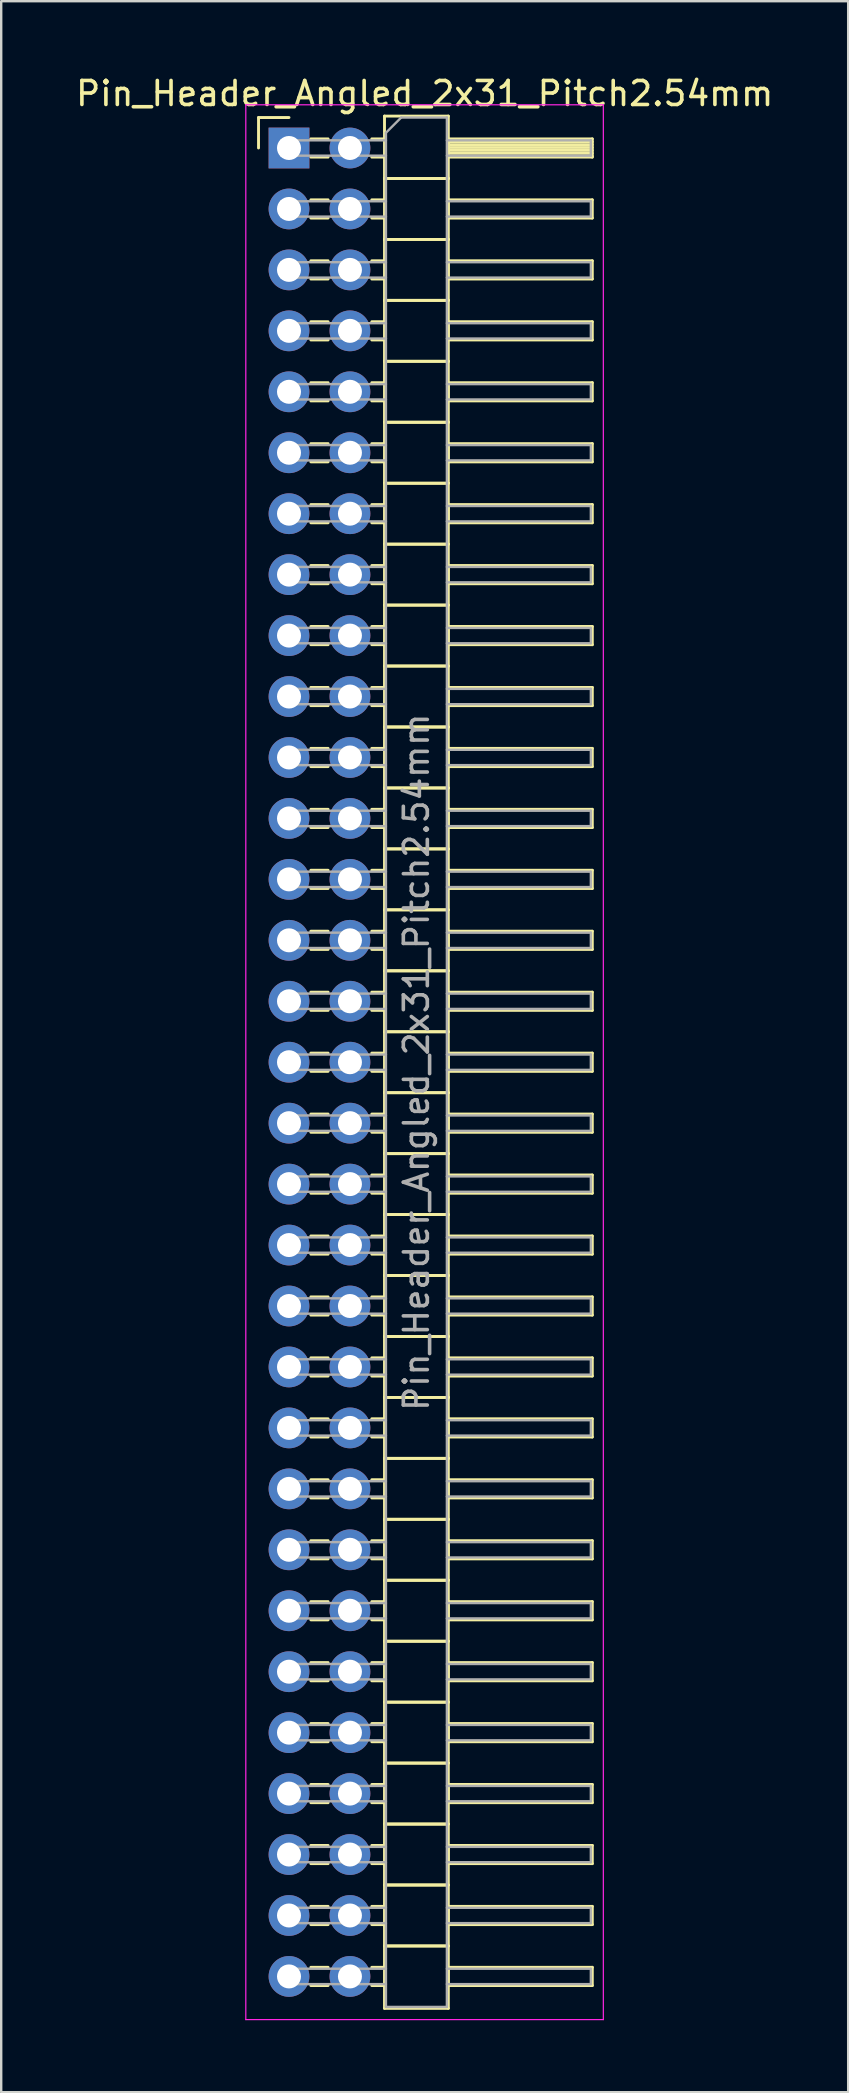
<source format=kicad_pcb>
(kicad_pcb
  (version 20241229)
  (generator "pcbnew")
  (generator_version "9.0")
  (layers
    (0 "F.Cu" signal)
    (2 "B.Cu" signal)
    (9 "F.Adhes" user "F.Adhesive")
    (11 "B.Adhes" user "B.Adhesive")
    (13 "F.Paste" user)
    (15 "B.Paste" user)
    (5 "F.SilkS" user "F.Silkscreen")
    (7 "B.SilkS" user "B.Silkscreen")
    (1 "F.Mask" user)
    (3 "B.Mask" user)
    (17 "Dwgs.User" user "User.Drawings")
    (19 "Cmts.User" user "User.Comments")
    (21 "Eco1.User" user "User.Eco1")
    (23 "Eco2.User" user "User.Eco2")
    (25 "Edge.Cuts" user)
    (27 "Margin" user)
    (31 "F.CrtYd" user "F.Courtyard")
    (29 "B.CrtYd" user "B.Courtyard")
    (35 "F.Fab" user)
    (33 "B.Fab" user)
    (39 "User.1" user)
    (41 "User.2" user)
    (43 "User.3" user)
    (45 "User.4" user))
  (footprint "Pin_Header_Angled_2x31_Pitch2.54mm"
    (layer "F.Cu")
    (at 8.994 3.118)
    (property "Reference" "Pin_Header_Angled_2x31_Pitch2.54mm" (at 5.655 -2.27 0) (layer "F.SilkS") (effects (font (size 1 1) (thickness 0.15))))
    (attr through_hole)
    (fp_line (start -1.27 -1.27) (end 0 -1.27) (stroke (width 0.12) (type solid)) (layer "F.SilkS"))
    (fp_line (start -1.27 0) (end -1.27 -1.27) (stroke (width 0.12) (type solid)) (layer "F.SilkS"))
    (fp_line (start 0.91 -0.38) (end 1.63 -0.38) (stroke (width 0.12) (type solid)) (layer "F.SilkS"))
    (fp_line (start 0.91 0.38) (end 1.63 0.38) (stroke (width 0.12) (type solid)) (layer "F.SilkS"))
    (fp_line (start 0.91 2.16) (end 1.63 2.16) (stroke (width 0.12) (type solid)) (layer "F.SilkS"))
    (fp_line (start 0.91 2.92) (end 1.63 2.92) (stroke (width 0.12) (type solid)) (layer "F.SilkS"))
    (fp_line (start 0.91 4.7) (end 1.63 4.7) (stroke (width 0.12) (type solid)) (layer "F.SilkS"))
    (fp_line (start 0.91 5.46) (end 1.63 5.46) (stroke (width 0.12) (type solid)) (layer "F.SilkS"))
    (fp_line (start 0.91 7.24) (end 1.63 7.24) (stroke (width 0.12) (type solid)) (layer "F.SilkS"))
    (fp_line (start 0.91 8) (end 1.63 8) (stroke (width 0.12) (type solid)) (layer "F.SilkS"))
    (fp_line (start 0.91 9.78) (end 1.63 9.78) (stroke (width 0.12) (type solid)) (layer "F.SilkS"))
    (fp_line (start 0.91 10.54) (end 1.63 10.54) (stroke (width 0.12) (type solid)) (layer "F.SilkS"))
    (fp_line (start 0.91 12.32) (end 1.63 12.32) (stroke (width 0.12) (type solid)) (layer "F.SilkS"))
    (fp_line (start 0.91 13.08) (end 1.63 13.08) (stroke (width 0.12) (type solid)) (layer "F.SilkS"))
    (fp_line (start 0.91 14.86) (end 1.63 14.86) (stroke (width 0.12) (type solid)) (layer "F.SilkS"))
    (fp_line (start 0.91 15.62) (end 1.63 15.62) (stroke (width 0.12) (type solid)) (layer "F.SilkS"))
    (fp_line (start 0.91 17.4) (end 1.63 17.4) (stroke (width 0.12) (type solid)) (layer "F.SilkS"))
    (fp_line (start 0.91 18.16) (end 1.63 18.16) (stroke (width 0.12) (type solid)) (layer "F.SilkS"))
    (fp_line (start 0.91 19.94) (end 1.63 19.94) (stroke (width 0.12) (type solid)) (layer "F.SilkS"))
    (fp_line (start 0.91 20.7) (end 1.63 20.7) (stroke (width 0.12) (type solid)) (layer "F.SilkS"))
    (fp_line (start 0.91 22.48) (end 1.63 22.48) (stroke (width 0.12) (type solid)) (layer "F.SilkS"))
    (fp_line (start 0.91 23.24) (end 1.63 23.24) (stroke (width 0.12) (type solid)) (layer "F.SilkS"))
    (fp_line (start 0.91 25.02) (end 1.63 25.02) (stroke (width 0.12) (type solid)) (layer "F.SilkS"))
    (fp_line (start 0.91 25.78) (end 1.63 25.78) (stroke (width 0.12) (type solid)) (layer "F.SilkS"))
    (fp_line (start 0.91 27.56) (end 1.63 27.56) (stroke (width 0.12) (type solid)) (layer "F.SilkS"))
    (fp_line (start 0.91 28.32) (end 1.63 28.32) (stroke (width 0.12) (type solid)) (layer "F.SilkS"))
    (fp_line (start 0.91 30.1) (end 1.63 30.1) (stroke (width 0.12) (type solid)) (layer "F.SilkS"))
    (fp_line (start 0.91 30.86) (end 1.63 30.86) (stroke (width 0.12) (type solid)) (layer "F.SilkS"))
    (fp_line (start 0.91 32.64) (end 1.63 32.64) (stroke (width 0.12) (type solid)) (layer "F.SilkS"))
    (fp_line (start 0.91 33.4) (end 1.63 33.4) (stroke (width 0.12) (type solid)) (layer "F.SilkS"))
    (fp_line (start 0.91 35.18) (end 1.63 35.18) (stroke (width 0.12) (type solid)) (layer "F.SilkS"))
    (fp_line (start 0.91 35.94) (end 1.63 35.94) (stroke (width 0.12) (type solid)) (layer "F.SilkS"))
    (fp_line (start 0.91 37.72) (end 1.63 37.72) (stroke (width 0.12) (type solid)) (layer "F.SilkS"))
    (fp_line (start 0.91 38.48) (end 1.63 38.48) (stroke (width 0.12) (type solid)) (layer "F.SilkS"))
    (fp_line (start 0.91 40.26) (end 1.63 40.26) (stroke (width 0.12) (type solid)) (layer "F.SilkS"))
    (fp_line (start 0.91 41.02) (end 1.63 41.02) (stroke (width 0.12) (type solid)) (layer "F.SilkS"))
    (fp_line (start 0.91 42.8) (end 1.63 42.8) (stroke (width 0.12) (type solid)) (layer "F.SilkS"))
    (fp_line (start 0.91 43.56) (end 1.63 43.56) (stroke (width 0.12) (type solid)) (layer "F.SilkS"))
    (fp_line (start 0.91 45.34) (end 1.63 45.34) (stroke (width 0.12) (type solid)) (layer "F.SilkS"))
    (fp_line (start 0.91 46.1) (end 1.63 46.1) (stroke (width 0.12) (type solid)) (layer "F.SilkS"))
    (fp_line (start 0.91 47.88) (end 1.63 47.88) (stroke (width 0.12) (type solid)) (layer "F.SilkS"))
    (fp_line (start 0.91 48.64) (end 1.63 48.64) (stroke (width 0.12) (type solid)) (layer "F.SilkS"))
    (fp_line (start 0.91 50.42) (end 1.63 50.42) (stroke (width 0.12) (type solid)) (layer "F.SilkS"))
    (fp_line (start 0.91 51.18) (end 1.63 51.18) (stroke (width 0.12) (type solid)) (layer "F.SilkS"))
    (fp_line (start 0.91 52.96) (end 1.63 52.96) (stroke (width 0.12) (type solid)) (layer "F.SilkS"))
    (fp_line (start 0.91 53.72) (end 1.63 53.72) (stroke (width 0.12) (type solid)) (layer "F.SilkS"))
    (fp_line (start 0.91 55.5) (end 1.63 55.5) (stroke (width 0.12) (type solid)) (layer "F.SilkS"))
    (fp_line (start 0.91 56.26) (end 1.63 56.26) (stroke (width 0.12) (type solid)) (layer "F.SilkS"))
    (fp_line (start 0.91 58.04) (end 1.63 58.04) (stroke (width 0.12) (type solid)) (layer "F.SilkS"))
    (fp_line (start 0.91 58.8) (end 1.63 58.8) (stroke (width 0.12) (type solid)) (layer "F.SilkS"))
    (fp_line (start 0.91 60.58) (end 1.63 60.58) (stroke (width 0.12) (type solid)) (layer "F.SilkS"))
    (fp_line (start 0.91 61.34) (end 1.63 61.34) (stroke (width 0.12) (type solid)) (layer "F.SilkS"))
    (fp_line (start 0.91 63.12) (end 1.63 63.12) (stroke (width 0.12) (type solid)) (layer "F.SilkS"))
    (fp_line (start 0.91 63.88) (end 1.63 63.88) (stroke (width 0.12) (type solid)) (layer "F.SilkS"))
    (fp_line (start 0.91 65.66) (end 1.63 65.66) (stroke (width 0.12) (type solid)) (layer "F.SilkS"))
    (fp_line (start 0.91 66.42) (end 1.63 66.42) (stroke (width 0.12) (type solid)) (layer "F.SilkS"))
    (fp_line (start 0.91 68.2) (end 1.63 68.2) (stroke (width 0.12) (type solid)) (layer "F.SilkS"))
    (fp_line (start 0.91 68.96) (end 1.63 68.96) (stroke (width 0.12) (type solid)) (layer "F.SilkS"))
    (fp_line (start 0.91 70.74) (end 1.63 70.74) (stroke (width 0.12) (type solid)) (layer "F.SilkS"))
    (fp_line (start 0.91 71.5) (end 1.63 71.5) (stroke (width 0.12) (type solid)) (layer "F.SilkS"))
    (fp_line (start 0.91 73.28) (end 1.63 73.28) (stroke (width 0.12) (type solid)) (layer "F.SilkS"))
    (fp_line (start 0.91 74.04) (end 1.63 74.04) (stroke (width 0.12) (type solid)) (layer "F.SilkS"))
    (fp_line (start 0.91 75.82) (end 1.63 75.82) (stroke (width 0.12) (type solid)) (layer "F.SilkS"))
    (fp_line (start 0.91 76.58) (end 1.63 76.58) (stroke (width 0.12) (type solid)) (layer "F.SilkS"))
    (fp_line (start 3.45 -0.38) (end 3.98 -0.38) (stroke (width 0.12) (type solid)) (layer "F.SilkS"))
    (fp_line (start 3.45 0.38) (end 3.98 0.38) (stroke (width 0.12) (type solid)) (layer "F.SilkS"))
    (fp_line (start 3.45 2.16) (end 3.98 2.16) (stroke (width 0.12) (type solid)) (layer "F.SilkS"))
    (fp_line (start 3.45 2.92) (end 3.98 2.92) (stroke (width 0.12) (type solid)) (layer "F.SilkS"))
    (fp_line (start 3.45 4.7) (end 3.98 4.7) (stroke (width 0.12) (type solid)) (layer "F.SilkS"))
    (fp_line (start 3.45 5.46) (end 3.98 5.46) (stroke (width 0.12) (type solid)) (layer "F.SilkS"))
    (fp_line (start 3.45 7.24) (end 3.98 7.24) (stroke (width 0.12) (type solid)) (layer "F.SilkS"))
    (fp_line (start 3.45 8) (end 3.98 8) (stroke (width 0.12) (type solid)) (layer "F.SilkS"))
    (fp_line (start 3.45 9.78) (end 3.98 9.78) (stroke (width 0.12) (type solid)) (layer "F.SilkS"))
    (fp_line (start 3.45 10.54) (end 3.98 10.54) (stroke (width 0.12) (type solid)) (layer "F.SilkS"))
    (fp_line (start 3.45 12.32) (end 3.98 12.32) (stroke (width 0.12) (type solid)) (layer "F.SilkS"))
    (fp_line (start 3.45 13.08) (end 3.98 13.08) (stroke (width 0.12) (type solid)) (layer "F.SilkS"))
    (fp_line (start 3.45 14.86) (end 3.98 14.86) (stroke (width 0.12) (type solid)) (layer "F.SilkS"))
    (fp_line (start 3.45 15.62) (end 3.98 15.62) (stroke (width 0.12) (type solid)) (layer "F.SilkS"))
    (fp_line (start 3.45 17.4) (end 3.98 17.4) (stroke (width 0.12) (type solid)) (layer "F.SilkS"))
    (fp_line (start 3.45 18.16) (end 3.98 18.16) (stroke (width 0.12) (type solid)) (layer "F.SilkS"))
    (fp_line (start 3.45 19.94) (end 3.98 19.94) (stroke (width 0.12) (type solid)) (layer "F.SilkS"))
    (fp_line (start 3.45 20.7) (end 3.98 20.7) (stroke (width 0.12) (type solid)) (layer "F.SilkS"))
    (fp_line (start 3.45 22.48) (end 3.98 22.48) (stroke (width 0.12) (type solid)) (layer "F.SilkS"))
    (fp_line (start 3.45 23.24) (end 3.98 23.24) (stroke (width 0.12) (type solid)) (layer "F.SilkS"))
    (fp_line (start 3.45 25.02) (end 3.98 25.02) (stroke (width 0.12) (type solid)) (layer "F.SilkS"))
    (fp_line (start 3.45 25.78) (end 3.98 25.78) (stroke (width 0.12) (type solid)) (layer "F.SilkS"))
    (fp_line (start 3.45 27.56) (end 3.98 27.56) (stroke (width 0.12) (type solid)) (layer "F.SilkS"))
    (fp_line (start 3.45 28.32) (end 3.98 28.32) (stroke (width 0.12) (type solid)) (layer "F.SilkS"))
    (fp_line (start 3.45 30.1) (end 3.98 30.1) (stroke (width 0.12) (type solid)) (layer "F.SilkS"))
    (fp_line (start 3.45 30.86) (end 3.98 30.86) (stroke (width 0.12) (type solid)) (layer "F.SilkS"))
    (fp_line (start 3.45 32.64) (end 3.98 32.64) (stroke (width 0.12) (type solid)) (layer "F.SilkS"))
    (fp_line (start 3.45 33.4) (end 3.98 33.4) (stroke (width 0.12) (type solid)) (layer "F.SilkS"))
    (fp_line (start 3.45 35.18) (end 3.98 35.18) (stroke (width 0.12) (type solid)) (layer "F.SilkS"))
    (fp_line (start 3.45 35.94) (end 3.98 35.94) (stroke (width 0.12) (type solid)) (layer "F.SilkS"))
    (fp_line (start 3.45 37.72) (end 3.98 37.72) (stroke (width 0.12) (type solid)) (layer "F.SilkS"))
    (fp_line (start 3.45 38.48) (end 3.98 38.48) (stroke (width 0.12) (type solid)) (layer "F.SilkS"))
    (fp_line (start 3.45 40.26) (end 3.98 40.26) (stroke (width 0.12) (type solid)) (layer "F.SilkS"))
    (fp_line (start 3.45 41.02) (end 3.98 41.02) (stroke (width 0.12) (type solid)) (layer "F.SilkS"))
    (fp_line (start 3.45 42.8) (end 3.98 42.8) (stroke (width 0.12) (type solid)) (layer "F.SilkS"))
    (fp_line (start 3.45 43.56) (end 3.98 43.56) (stroke (width 0.12) (type solid)) (layer "F.SilkS"))
    (fp_line (start 3.45 45.34) (end 3.98 45.34) (stroke (width 0.12) (type solid)) (layer "F.SilkS"))
    (fp_line (start 3.45 46.1) (end 3.98 46.1) (stroke (width 0.12) (type solid)) (layer "F.SilkS"))
    (fp_line (start 3.45 47.88) (end 3.98 47.88) (stroke (width 0.12) (type solid)) (layer "F.SilkS"))
    (fp_line (start 3.45 48.64) (end 3.98 48.64) (stroke (width 0.12) (type solid)) (layer "F.SilkS"))
    (fp_line (start 3.45 50.42) (end 3.98 50.42) (stroke (width 0.12) (type solid)) (layer "F.SilkS"))
    (fp_line (start 3.45 51.18) (end 3.98 51.18) (stroke (width 0.12) (type solid)) (layer "F.SilkS"))
    (fp_line (start 3.45 52.96) (end 3.98 52.96) (stroke (width 0.12) (type solid)) (layer "F.SilkS"))
    (fp_line (start 3.45 53.72) (end 3.98 53.72) (stroke (width 0.12) (type solid)) (layer "F.SilkS"))
    (fp_line (start 3.45 55.5) (end 3.98 55.5) (stroke (width 0.12) (type solid)) (layer "F.SilkS"))
    (fp_line (start 3.45 56.26) (end 3.98 56.26) (stroke (width 0.12) (type solid)) (layer "F.SilkS"))
    (fp_line (start 3.45 58.04) (end 3.98 58.04) (stroke (width 0.12) (type solid)) (layer "F.SilkS"))
    (fp_line (start 3.45 58.8) (end 3.98 58.8) (stroke (width 0.12) (type solid)) (layer "F.SilkS"))
    (fp_line (start 3.45 60.58) (end 3.98 60.58) (stroke (width 0.12) (type solid)) (layer "F.SilkS"))
    (fp_line (start 3.45 61.34) (end 3.98 61.34) (stroke (width 0.12) (type solid)) (layer "F.SilkS"))
    (fp_line (start 3.45 63.12) (end 3.98 63.12) (stroke (width 0.12) (type solid)) (layer "F.SilkS"))
    (fp_line (start 3.45 63.88) (end 3.98 63.88) (stroke (width 0.12) (type solid)) (layer "F.SilkS"))
    (fp_line (start 3.45 65.66) (end 3.98 65.66) (stroke (width 0.12) (type solid)) (layer "F.SilkS"))
    (fp_line (start 3.45 66.42) (end 3.98 66.42) (stroke (width 0.12) (type solid)) (layer "F.SilkS"))
    (fp_line (start 3.45 68.2) (end 3.98 68.2) (stroke (width 0.12) (type solid)) (layer "F.SilkS"))
    (fp_line (start 3.45 68.96) (end 3.98 68.96) (stroke (width 0.12) (type solid)) (layer "F.SilkS"))
    (fp_line (start 3.45 70.74) (end 3.98 70.74) (stroke (width 0.12) (type solid)) (layer "F.SilkS"))
    (fp_line (start 3.45 71.5) (end 3.98 71.5) (stroke (width 0.12) (type solid)) (layer "F.SilkS"))
    (fp_line (start 3.45 73.28) (end 3.98 73.28) (stroke (width 0.12) (type solid)) (layer "F.SilkS"))
    (fp_line (start 3.45 74.04) (end 3.98 74.04) (stroke (width 0.12) (type solid)) (layer "F.SilkS"))
    (fp_line (start 3.45 75.82) (end 3.98 75.82) (stroke (width 0.12) (type solid)) (layer "F.SilkS"))
    (fp_line (start 3.45 76.58) (end 3.98 76.58) (stroke (width 0.12) (type solid)) (layer "F.SilkS"))
    (fp_line (start 3.98 -1.33) (end 3.98 1.27) (stroke (width 0.12) (type solid)) (layer "F.SilkS"))
    (fp_line (start 3.98 1.27) (end 3.98 3.81) (stroke (width 0.12) (type solid)) (layer "F.SilkS"))
    (fp_line (start 3.98 1.27) (end 6.64 1.27) (stroke (width 0.12) (type solid)) (layer "F.SilkS"))
    (fp_line (start 3.98 3.81) (end 3.98 6.35) (stroke (width 0.12) (type solid)) (layer "F.SilkS"))
    (fp_line (start 3.98 3.81) (end 6.64 3.81) (stroke (width 0.12) (type solid)) (layer "F.SilkS"))
    (fp_line (start 3.98 6.35) (end 3.98 8.89) (stroke (width 0.12) (type solid)) (layer "F.SilkS"))
    (fp_line (start 3.98 6.35) (end 6.64 6.35) (stroke (width 0.12) (type solid)) (layer "F.SilkS"))
    (fp_line (start 3.98 8.89) (end 3.98 11.43) (stroke (width 0.12) (type solid)) (layer "F.SilkS"))
    (fp_line (start 3.98 8.89) (end 6.64 8.89) (stroke (width 0.12) (type solid)) (layer "F.SilkS"))
    (fp_line (start 3.98 11.43) (end 3.98 13.97) (stroke (width 0.12) (type solid)) (layer "F.SilkS"))
    (fp_line (start 3.98 11.43) (end 6.64 11.43) (stroke (width 0.12) (type solid)) (layer "F.SilkS"))
    (fp_line (start 3.98 13.97) (end 3.98 16.51) (stroke (width 0.12) (type solid)) (layer "F.SilkS"))
    (fp_line (start 3.98 13.97) (end 6.64 13.97) (stroke (width 0.12) (type solid)) (layer "F.SilkS"))
    (fp_line (start 3.98 16.51) (end 3.98 19.05) (stroke (width 0.12) (type solid)) (layer "F.SilkS"))
    (fp_line (start 3.98 16.51) (end 6.64 16.51) (stroke (width 0.12) (type solid)) (layer "F.SilkS"))
    (fp_line (start 3.98 19.05) (end 3.98 21.59) (stroke (width 0.12) (type solid)) (layer "F.SilkS"))
    (fp_line (start 3.98 19.05) (end 6.64 19.05) (stroke (width 0.12) (type solid)) (layer "F.SilkS"))
    (fp_line (start 3.98 21.59) (end 3.98 24.13) (stroke (width 0.12) (type solid)) (layer "F.SilkS"))
    (fp_line (start 3.98 21.59) (end 6.64 21.59) (stroke (width 0.12) (type solid)) (layer "F.SilkS"))
    (fp_line (start 3.98 24.13) (end 3.98 26.67) (stroke (width 0.12) (type solid)) (layer "F.SilkS"))
    (fp_line (start 3.98 24.13) (end 6.64 24.13) (stroke (width 0.12) (type solid)) (layer "F.SilkS"))
    (fp_line (start 3.98 26.67) (end 3.98 29.21) (stroke (width 0.12) (type solid)) (layer "F.SilkS"))
    (fp_line (start 3.98 26.67) (end 6.64 26.67) (stroke (width 0.12) (type solid)) (layer "F.SilkS"))
    (fp_line (start 3.98 29.21) (end 3.98 31.75) (stroke (width 0.12) (type solid)) (layer "F.SilkS"))
    (fp_line (start 3.98 29.21) (end 6.64 29.21) (stroke (width 0.12) (type solid)) (layer "F.SilkS"))
    (fp_line (start 3.98 31.75) (end 3.98 34.29) (stroke (width 0.12) (type solid)) (layer "F.SilkS"))
    (fp_line (start 3.98 31.75) (end 6.64 31.75) (stroke (width 0.12) (type solid)) (layer "F.SilkS"))
    (fp_line (start 3.98 34.29) (end 3.98 36.83) (stroke (width 0.12) (type solid)) (layer "F.SilkS"))
    (fp_line (start 3.98 34.29) (end 6.64 34.29) (stroke (width 0.12) (type solid)) (layer "F.SilkS"))
    (fp_line (start 3.98 36.83) (end 3.98 39.37) (stroke (width 0.12) (type solid)) (layer "F.SilkS"))
    (fp_line (start 3.98 36.83) (end 6.64 36.83) (stroke (width 0.12) (type solid)) (layer "F.SilkS"))
    (fp_line (start 3.98 39.37) (end 3.98 41.91) (stroke (width 0.12) (type solid)) (layer "F.SilkS"))
    (fp_line (start 3.98 39.37) (end 6.64 39.37) (stroke (width 0.12) (type solid)) (layer "F.SilkS"))
    (fp_line (start 3.98 41.91) (end 3.98 44.45) (stroke (width 0.12) (type solid)) (layer "F.SilkS"))
    (fp_line (start 3.98 41.91) (end 6.64 41.91) (stroke (width 0.12) (type solid)) (layer "F.SilkS"))
    (fp_line (start 3.98 44.45) (end 3.98 46.99) (stroke (width 0.12) (type solid)) (layer "F.SilkS"))
    (fp_line (start 3.98 44.45) (end 6.64 44.45) (stroke (width 0.12) (type solid)) (layer "F.SilkS"))
    (fp_line (start 3.98 46.99) (end 3.98 49.53) (stroke (width 0.12) (type solid)) (layer "F.SilkS"))
    (fp_line (start 3.98 46.99) (end 6.64 46.99) (stroke (width 0.12) (type solid)) (layer "F.SilkS"))
    (fp_line (start 3.98 49.53) (end 3.98 52.07) (stroke (width 0.12) (type solid)) (layer "F.SilkS"))
    (fp_line (start 3.98 49.53) (end 6.64 49.53) (stroke (width 0.12) (type solid)) (layer "F.SilkS"))
    (fp_line (start 3.98 52.07) (end 3.98 54.61) (stroke (width 0.12) (type solid)) (layer "F.SilkS"))
    (fp_line (start 3.98 52.07) (end 6.64 52.07) (stroke (width 0.12) (type solid)) (layer "F.SilkS"))
    (fp_line (start 3.98 54.61) (end 3.98 57.15) (stroke (width 0.12) (type solid)) (layer "F.SilkS"))
    (fp_line (start 3.98 54.61) (end 6.64 54.61) (stroke (width 0.12) (type solid)) (layer "F.SilkS"))
    (fp_line (start 3.98 57.15) (end 3.98 59.69) (stroke (width 0.12) (type solid)) (layer "F.SilkS"))
    (fp_line (start 3.98 57.15) (end 6.64 57.15) (stroke (width 0.12) (type solid)) (layer "F.SilkS"))
    (fp_line (start 3.98 59.69) (end 3.98 62.23) (stroke (width 0.12) (type solid)) (layer "F.SilkS"))
    (fp_line (start 3.98 59.69) (end 6.64 59.69) (stroke (width 0.12) (type solid)) (layer "F.SilkS"))
    (fp_line (start 3.98 62.23) (end 3.98 64.77) (stroke (width 0.12) (type solid)) (layer "F.SilkS"))
    (fp_line (start 3.98 62.23) (end 6.64 62.23) (stroke (width 0.12) (type solid)) (layer "F.SilkS"))
    (fp_line (start 3.98 64.77) (end 3.98 67.31) (stroke (width 0.12) (type solid)) (layer "F.SilkS"))
    (fp_line (start 3.98 64.77) (end 6.64 64.77) (stroke (width 0.12) (type solid)) (layer "F.SilkS"))
    (fp_line (start 3.98 67.31) (end 3.98 69.85) (stroke (width 0.12) (type solid)) (layer "F.SilkS"))
    (fp_line (start 3.98 67.31) (end 6.64 67.31) (stroke (width 0.12) (type solid)) (layer "F.SilkS"))
    (fp_line (start 3.98 69.85) (end 3.98 72.39) (stroke (width 0.12) (type solid)) (layer "F.SilkS"))
    (fp_line (start 3.98 69.85) (end 6.64 69.85) (stroke (width 0.12) (type solid)) (layer "F.SilkS"))
    (fp_line (start 3.98 72.39) (end 3.98 74.93) (stroke (width 0.12) (type solid)) (layer "F.SilkS"))
    (fp_line (start 3.98 72.39) (end 6.64 72.39) (stroke (width 0.12) (type solid)) (layer "F.SilkS"))
    (fp_line (start 3.98 74.93) (end 3.98 77.53) (stroke (width 0.12) (type solid)) (layer "F.SilkS"))
    (fp_line (start 3.98 74.93) (end 6.64 74.93) (stroke (width 0.12) (type solid)) (layer "F.SilkS"))
    (fp_line (start 3.98 77.53) (end 6.64 77.53) (stroke (width 0.12) (type solid)) (layer "F.SilkS"))
    (fp_line (start 6.64 -1.33) (end 3.98 -1.33) (stroke (width 0.12) (type solid)) (layer "F.SilkS"))
    (fp_line (start 6.64 -0.38) (end 6.64 0.38) (stroke (width 0.12) (type solid)) (layer "F.SilkS"))
    (fp_line (start 6.64 -0.26) (end 12.64 -0.26) (stroke (width 0.12) (type solid)) (layer "F.SilkS"))
    (fp_line (start 6.64 -0.14) (end 12.64 -0.14) (stroke (width 0.12) (type solid)) (layer "F.SilkS"))
    (fp_line (start 6.64 -0.02) (end 12.64 -0.02) (stroke (width 0.12) (type solid)) (layer "F.SilkS"))
    (fp_line (start 6.64 0.1) (end 12.64 0.1) (stroke (width 0.12) (type solid)) (layer "F.SilkS"))
    (fp_line (start 6.64 0.22) (end 12.64 0.22) (stroke (width 0.12) (type solid)) (layer "F.SilkS"))
    (fp_line (start 6.64 0.34) (end 12.64 0.34) (stroke (width 0.12) (type solid)) (layer "F.SilkS"))
    (fp_line (start 6.64 0.38) (end 12.64 0.38) (stroke (width 0.12) (type solid)) (layer "F.SilkS"))
    (fp_line (start 6.64 1.27) (end 3.98 1.27) (stroke (width 0.12) (type solid)) (layer "F.SilkS"))
    (fp_line (start 6.64 1.27) (end 6.64 -1.33) (stroke (width 0.12) (type solid)) (layer "F.SilkS"))
    (fp_line (start 6.64 2.16) (end 6.64 2.92) (stroke (width 0.12) (type solid)) (layer "F.SilkS"))
    (fp_line (start 6.64 2.92) (end 12.64 2.92) (stroke (width 0.12) (type solid)) (layer "F.SilkS"))
    (fp_line (start 6.64 3.81) (end 3.98 3.81) (stroke (width 0.12) (type solid)) (layer "F.SilkS"))
    (fp_line (start 6.64 3.81) (end 6.64 1.27) (stroke (width 0.12) (type solid)) (layer "F.SilkS"))
    (fp_line (start 6.64 4.7) (end 6.64 5.46) (stroke (width 0.12) (type solid)) (layer "F.SilkS"))
    (fp_line (start 6.64 5.46) (end 12.64 5.46) (stroke (width 0.12) (type solid)) (layer "F.SilkS"))
    (fp_line (start 6.64 6.35) (end 3.98 6.35) (stroke (width 0.12) (type solid)) (layer "F.SilkS"))
    (fp_line (start 6.64 6.35) (end 6.64 3.81) (stroke (width 0.12) (type solid)) (layer "F.SilkS"))
    (fp_line (start 6.64 7.24) (end 6.64 8) (stroke (width 0.12) (type solid)) (layer "F.SilkS"))
    (fp_line (start 6.64 8) (end 12.64 8) (stroke (width 0.12) (type solid)) (layer "F.SilkS"))
    (fp_line (start 6.64 8.89) (end 3.98 8.89) (stroke (width 0.12) (type solid)) (layer "F.SilkS"))
    (fp_line (start 6.64 8.89) (end 6.64 6.35) (stroke (width 0.12) (type solid)) (layer "F.SilkS"))
    (fp_line (start 6.64 9.78) (end 6.64 10.54) (stroke (width 0.12) (type solid)) (layer "F.SilkS"))
    (fp_line (start 6.64 10.54) (end 12.64 10.54) (stroke (width 0.12) (type solid)) (layer "F.SilkS"))
    (fp_line (start 6.64 11.43) (end 3.98 11.43) (stroke (width 0.12) (type solid)) (layer "F.SilkS"))
    (fp_line (start 6.64 11.43) (end 6.64 8.89) (stroke (width 0.12) (type solid)) (layer "F.SilkS"))
    (fp_line (start 6.64 12.32) (end 6.64 13.08) (stroke (width 0.12) (type solid)) (layer "F.SilkS"))
    (fp_line (start 6.64 13.08) (end 12.64 13.08) (stroke (width 0.12) (type solid)) (layer "F.SilkS"))
    (fp_line (start 6.64 13.97) (end 3.98 13.97) (stroke (width 0.12) (type solid)) (layer "F.SilkS"))
    (fp_line (start 6.64 13.97) (end 6.64 11.43) (stroke (width 0.12) (type solid)) (layer "F.SilkS"))
    (fp_line (start 6.64 14.86) (end 6.64 15.62) (stroke (width 0.12) (type solid)) (layer "F.SilkS"))
    (fp_line (start 6.64 15.62) (end 12.64 15.62) (stroke (width 0.12) (type solid)) (layer "F.SilkS"))
    (fp_line (start 6.64 16.51) (end 3.98 16.51) (stroke (width 0.12) (type solid)) (layer "F.SilkS"))
    (fp_line (start 6.64 16.51) (end 6.64 13.97) (stroke (width 0.12) (type solid)) (layer "F.SilkS"))
    (fp_line (start 6.64 17.4) (end 6.64 18.16) (stroke (width 0.12) (type solid)) (layer "F.SilkS"))
    (fp_line (start 6.64 18.16) (end 12.64 18.16) (stroke (width 0.12) (type solid)) (layer "F.SilkS"))
    (fp_line (start 6.64 19.05) (end 3.98 19.05) (stroke (width 0.12) (type solid)) (layer "F.SilkS"))
    (fp_line (start 6.64 19.05) (end 6.64 16.51) (stroke (width 0.12) (type solid)) (layer "F.SilkS"))
    (fp_line (start 6.64 19.94) (end 6.64 20.7) (stroke (width 0.12) (type solid)) (layer "F.SilkS"))
    (fp_line (start 6.64 20.7) (end 12.64 20.7) (stroke (width 0.12) (type solid)) (layer "F.SilkS"))
    (fp_line (start 6.64 21.59) (end 3.98 21.59) (stroke (width 0.12) (type solid)) (layer "F.SilkS"))
    (fp_line (start 6.64 21.59) (end 6.64 19.05) (stroke (width 0.12) (type solid)) (layer "F.SilkS"))
    (fp_line (start 6.64 22.48) (end 6.64 23.24) (stroke (width 0.12) (type solid)) (layer "F.SilkS"))
    (fp_line (start 6.64 23.24) (end 12.64 23.24) (stroke (width 0.12) (type solid)) (layer "F.SilkS"))
    (fp_line (start 6.64 24.13) (end 3.98 24.13) (stroke (width 0.12) (type solid)) (layer "F.SilkS"))
    (fp_line (start 6.64 24.13) (end 6.64 21.59) (stroke (width 0.12) (type solid)) (layer "F.SilkS"))
    (fp_line (start 6.64 25.02) (end 6.64 25.78) (stroke (width 0.12) (type solid)) (layer "F.SilkS"))
    (fp_line (start 6.64 25.78) (end 12.64 25.78) (stroke (width 0.12) (type solid)) (layer "F.SilkS"))
    (fp_line (start 6.64 26.67) (end 3.98 26.67) (stroke (width 0.12) (type solid)) (layer "F.SilkS"))
    (fp_line (start 6.64 26.67) (end 6.64 24.13) (stroke (width 0.12) (type solid)) (layer "F.SilkS"))
    (fp_line (start 6.64 27.56) (end 6.64 28.32) (stroke (width 0.12) (type solid)) (layer "F.SilkS"))
    (fp_line (start 6.64 28.32) (end 12.64 28.32) (stroke (width 0.12) (type solid)) (layer "F.SilkS"))
    (fp_line (start 6.64 29.21) (end 3.98 29.21) (stroke (width 0.12) (type solid)) (layer "F.SilkS"))
    (fp_line (start 6.64 29.21) (end 6.64 26.67) (stroke (width 0.12) (type solid)) (layer "F.SilkS"))
    (fp_line (start 6.64 30.1) (end 6.64 30.86) (stroke (width 0.12) (type solid)) (layer "F.SilkS"))
    (fp_line (start 6.64 30.86) (end 12.64 30.86) (stroke (width 0.12) (type solid)) (layer "F.SilkS"))
    (fp_line (start 6.64 31.75) (end 3.98 31.75) (stroke (width 0.12) (type solid)) (layer "F.SilkS"))
    (fp_line (start 6.64 31.75) (end 6.64 29.21) (stroke (width 0.12) (type solid)) (layer "F.SilkS"))
    (fp_line (start 6.64 32.64) (end 6.64 33.4) (stroke (width 0.12) (type solid)) (layer "F.SilkS"))
    (fp_line (start 6.64 33.4) (end 12.64 33.4) (stroke (width 0.12) (type solid)) (layer "F.SilkS"))
    (fp_line (start 6.64 34.29) (end 3.98 34.29) (stroke (width 0.12) (type solid)) (layer "F.SilkS"))
    (fp_line (start 6.64 34.29) (end 6.64 31.75) (stroke (width 0.12) (type solid)) (layer "F.SilkS"))
    (fp_line (start 6.64 35.18) (end 6.64 35.94) (stroke (width 0.12) (type solid)) (layer "F.SilkS"))
    (fp_line (start 6.64 35.94) (end 12.64 35.94) (stroke (width 0.12) (type solid)) (layer "F.SilkS"))
    (fp_line (start 6.64 36.83) (end 3.98 36.83) (stroke (width 0.12) (type solid)) (layer "F.SilkS"))
    (fp_line (start 6.64 36.83) (end 6.64 34.29) (stroke (width 0.12) (type solid)) (layer "F.SilkS"))
    (fp_line (start 6.64 37.72) (end 6.64 38.48) (stroke (width 0.12) (type solid)) (layer "F.SilkS"))
    (fp_line (start 6.64 38.48) (end 12.64 38.48) (stroke (width 0.12) (type solid)) (layer "F.SilkS"))
    (fp_line (start 6.64 39.37) (end 3.98 39.37) (stroke (width 0.12) (type solid)) (layer "F.SilkS"))
    (fp_line (start 6.64 39.37) (end 6.64 36.83) (stroke (width 0.12) (type solid)) (layer "F.SilkS"))
    (fp_line (start 6.64 40.26) (end 6.64 41.02) (stroke (width 0.12) (type solid)) (layer "F.SilkS"))
    (fp_line (start 6.64 41.02) (end 12.64 41.02) (stroke (width 0.12) (type solid)) (layer "F.SilkS"))
    (fp_line (start 6.64 41.91) (end 3.98 41.91) (stroke (width 0.12) (type solid)) (layer "F.SilkS"))
    (fp_line (start 6.64 41.91) (end 6.64 39.37) (stroke (width 0.12) (type solid)) (layer "F.SilkS"))
    (fp_line (start 6.64 42.8) (end 6.64 43.56) (stroke (width 0.12) (type solid)) (layer "F.SilkS"))
    (fp_line (start 6.64 43.56) (end 12.64 43.56) (stroke (width 0.12) (type solid)) (layer "F.SilkS"))
    (fp_line (start 6.64 44.45) (end 3.98 44.45) (stroke (width 0.12) (type solid)) (layer "F.SilkS"))
    (fp_line (start 6.64 44.45) (end 6.64 41.91) (stroke (width 0.12) (type solid)) (layer "F.SilkS"))
    (fp_line (start 6.64 45.34) (end 6.64 46.1) (stroke (width 0.12) (type solid)) (layer "F.SilkS"))
    (fp_line (start 6.64 46.1) (end 12.64 46.1) (stroke (width 0.12) (type solid)) (layer "F.SilkS"))
    (fp_line (start 6.64 46.99) (end 3.98 46.99) (stroke (width 0.12) (type solid)) (layer "F.SilkS"))
    (fp_line (start 6.64 46.99) (end 6.64 44.45) (stroke (width 0.12) (type solid)) (layer "F.SilkS"))
    (fp_line (start 6.64 47.88) (end 6.64 48.64) (stroke (width 0.12) (type solid)) (layer "F.SilkS"))
    (fp_line (start 6.64 48.64) (end 12.64 48.64) (stroke (width 0.12) (type solid)) (layer "F.SilkS"))
    (fp_line (start 6.64 49.53) (end 3.98 49.53) (stroke (width 0.12) (type solid)) (layer "F.SilkS"))
    (fp_line (start 6.64 49.53) (end 6.64 46.99) (stroke (width 0.12) (type solid)) (layer "F.SilkS"))
    (fp_line (start 6.64 50.42) (end 6.64 51.18) (stroke (width 0.12) (type solid)) (layer "F.SilkS"))
    (fp_line (start 6.64 51.18) (end 12.64 51.18) (stroke (width 0.12) (type solid)) (layer "F.SilkS"))
    (fp_line (start 6.64 52.07) (end 3.98 52.07) (stroke (width 0.12) (type solid)) (layer "F.SilkS"))
    (fp_line (start 6.64 52.07) (end 6.64 49.53) (stroke (width 0.12) (type solid)) (layer "F.SilkS"))
    (fp_line (start 6.64 52.96) (end 6.64 53.72) (stroke (width 0.12) (type solid)) (layer "F.SilkS"))
    (fp_line (start 6.64 53.72) (end 12.64 53.72) (stroke (width 0.12) (type solid)) (layer "F.SilkS"))
    (fp_line (start 6.64 54.61) (end 3.98 54.61) (stroke (width 0.12) (type solid)) (layer "F.SilkS"))
    (fp_line (start 6.64 54.61) (end 6.64 52.07) (stroke (width 0.12) (type solid)) (layer "F.SilkS"))
    (fp_line (start 6.64 55.5) (end 6.64 56.26) (stroke (width 0.12) (type solid)) (layer "F.SilkS"))
    (fp_line (start 6.64 56.26) (end 12.64 56.26) (stroke (width 0.12) (type solid)) (layer "F.SilkS"))
    (fp_line (start 6.64 57.15) (end 3.98 57.15) (stroke (width 0.12) (type solid)) (layer "F.SilkS"))
    (fp_line (start 6.64 57.15) (end 6.64 54.61) (stroke (width 0.12) (type solid)) (layer "F.SilkS"))
    (fp_line (start 6.64 58.04) (end 6.64 58.8) (stroke (width 0.12) (type solid)) (layer "F.SilkS"))
    (fp_line (start 6.64 58.8) (end 12.64 58.8) (stroke (width 0.12) (type solid)) (layer "F.SilkS"))
    (fp_line (start 6.64 59.69) (end 3.98 59.69) (stroke (width 0.12) (type solid)) (layer "F.SilkS"))
    (fp_line (start 6.64 59.69) (end 6.64 57.15) (stroke (width 0.12) (type solid)) (layer "F.SilkS"))
    (fp_line (start 6.64 60.58) (end 6.64 61.34) (stroke (width 0.12) (type solid)) (layer "F.SilkS"))
    (fp_line (start 6.64 61.34) (end 12.64 61.34) (stroke (width 0.12) (type solid)) (layer "F.SilkS"))
    (fp_line (start 6.64 62.23) (end 3.98 62.23) (stroke (width 0.12) (type solid)) (layer "F.SilkS"))
    (fp_line (start 6.64 62.23) (end 6.64 59.69) (stroke (width 0.12) (type solid)) (layer "F.SilkS"))
    (fp_line (start 6.64 63.12) (end 6.64 63.88) (stroke (width 0.12) (type solid)) (layer "F.SilkS"))
    (fp_line (start 6.64 63.88) (end 12.64 63.88) (stroke (width 0.12) (type solid)) (layer "F.SilkS"))
    (fp_line (start 6.64 64.77) (end 3.98 64.77) (stroke (width 0.12) (type solid)) (layer "F.SilkS"))
    (fp_line (start 6.64 64.77) (end 6.64 62.23) (stroke (width 0.12) (type solid)) (layer "F.SilkS"))
    (fp_line (start 6.64 65.66) (end 6.64 66.42) (stroke (width 0.12) (type solid)) (layer "F.SilkS"))
    (fp_line (start 6.64 66.42) (end 12.64 66.42) (stroke (width 0.12) (type solid)) (layer "F.SilkS"))
    (fp_line (start 6.64 67.31) (end 3.98 67.31) (stroke (width 0.12) (type solid)) (layer "F.SilkS"))
    (fp_line (start 6.64 67.31) (end 6.64 64.77) (stroke (width 0.12) (type solid)) (layer "F.SilkS"))
    (fp_line (start 6.64 68.2) (end 6.64 68.96) (stroke (width 0.12) (type solid)) (layer "F.SilkS"))
    (fp_line (start 6.64 68.96) (end 12.64 68.96) (stroke (width 0.12) (type solid)) (layer "F.SilkS"))
    (fp_line (start 6.64 69.85) (end 3.98 69.85) (stroke (width 0.12) (type solid)) (layer "F.SilkS"))
    (fp_line (start 6.64 69.85) (end 6.64 67.31) (stroke (width 0.12) (type solid)) (layer "F.SilkS"))
    (fp_line (start 6.64 70.74) (end 6.64 71.5) (stroke (width 0.12) (type solid)) (layer "F.SilkS"))
    (fp_line (start 6.64 71.5) (end 12.64 71.5) (stroke (width 0.12) (type solid)) (layer "F.SilkS"))
    (fp_line (start 6.64 72.39) (end 3.98 72.39) (stroke (width 0.12) (type solid)) (layer "F.SilkS"))
    (fp_line (start 6.64 72.39) (end 6.64 69.85) (stroke (width 0.12) (type solid)) (layer "F.SilkS"))
    (fp_line (start 6.64 73.28) (end 6.64 74.04) (stroke (width 0.12) (type solid)) (layer "F.SilkS"))
    (fp_line (start 6.64 74.04) (end 12.64 74.04) (stroke (width 0.12) (type solid)) (layer "F.SilkS"))
    (fp_line (start 6.64 74.93) (end 3.98 74.93) (stroke (width 0.12) (type solid)) (layer "F.SilkS"))
    (fp_line (start 6.64 74.93) (end 6.64 72.39) (stroke (width 0.12) (type solid)) (layer "F.SilkS"))
    (fp_line (start 6.64 75.82) (end 6.64 76.58) (stroke (width 0.12) (type solid)) (layer "F.SilkS"))
    (fp_line (start 6.64 76.58) (end 12.64 76.58) (stroke (width 0.12) (type solid)) (layer "F.SilkS"))
    (fp_line (start 6.64 77.53) (end 6.64 74.93) (stroke (width 0.12) (type solid)) (layer "F.SilkS"))
    (fp_line (start 12.64 -0.38) (end 6.64 -0.38) (stroke (width 0.12) (type solid)) (layer "F.SilkS"))
    (fp_line (start 12.64 0.38) (end 12.64 -0.38) (stroke (width 0.12) (type solid)) (layer "F.SilkS"))
    (fp_line (start 12.64 2.16) (end 6.64 2.16) (stroke (width 0.12) (type solid)) (layer "F.SilkS"))
    (fp_line (start 12.64 2.92) (end 12.64 2.16) (stroke (width 0.12) (type solid)) (layer "F.SilkS"))
    (fp_line (start 12.64 4.7) (end 6.64 4.7) (stroke (width 0.12) (type solid)) (layer "F.SilkS"))
    (fp_line (start 12.64 5.46) (end 12.64 4.7) (stroke (width 0.12) (type solid)) (layer "F.SilkS"))
    (fp_line (start 12.64 7.24) (end 6.64 7.24) (stroke (width 0.12) (type solid)) (layer "F.SilkS"))
    (fp_line (start 12.64 8) (end 12.64 7.24) (stroke (width 0.12) (type solid)) (layer "F.SilkS"))
    (fp_line (start 12.64 9.78) (end 6.64 9.78) (stroke (width 0.12) (type solid)) (layer "F.SilkS"))
    (fp_line (start 12.64 10.54) (end 12.64 9.78) (stroke (width 0.12) (type solid)) (layer "F.SilkS"))
    (fp_line (start 12.64 12.32) (end 6.64 12.32) (stroke (width 0.12) (type solid)) (layer "F.SilkS"))
    (fp_line (start 12.64 13.08) (end 12.64 12.32) (stroke (width 0.12) (type solid)) (layer "F.SilkS"))
    (fp_line (start 12.64 14.86) (end 6.64 14.86) (stroke (width 0.12) (type solid)) (layer "F.SilkS"))
    (fp_line (start 12.64 15.62) (end 12.64 14.86) (stroke (width 0.12) (type solid)) (layer "F.SilkS"))
    (fp_line (start 12.64 17.4) (end 6.64 17.4) (stroke (width 0.12) (type solid)) (layer "F.SilkS"))
    (fp_line (start 12.64 18.16) (end 12.64 17.4) (stroke (width 0.12) (type solid)) (layer "F.SilkS"))
    (fp_line (start 12.64 19.94) (end 6.64 19.94) (stroke (width 0.12) (type solid)) (layer "F.SilkS"))
    (fp_line (start 12.64 20.7) (end 12.64 19.94) (stroke (width 0.12) (type solid)) (layer "F.SilkS"))
    (fp_line (start 12.64 22.48) (end 6.64 22.48) (stroke (width 0.12) (type solid)) (layer "F.SilkS"))
    (fp_line (start 12.64 23.24) (end 12.64 22.48) (stroke (width 0.12) (type solid)) (layer "F.SilkS"))
    (fp_line (start 12.64 25.02) (end 6.64 25.02) (stroke (width 0.12) (type solid)) (layer "F.SilkS"))
    (fp_line (start 12.64 25.78) (end 12.64 25.02) (stroke (width 0.12) (type solid)) (layer "F.SilkS"))
    (fp_line (start 12.64 27.56) (end 6.64 27.56) (stroke (width 0.12) (type solid)) (layer "F.SilkS"))
    (fp_line (start 12.64 28.32) (end 12.64 27.56) (stroke (width 0.12) (type solid)) (layer "F.SilkS"))
    (fp_line (start 12.64 30.1) (end 6.64 30.1) (stroke (width 0.12) (type solid)) (layer "F.SilkS"))
    (fp_line (start 12.64 30.86) (end 12.64 30.1) (stroke (width 0.12) (type solid)) (layer "F.SilkS"))
    (fp_line (start 12.64 32.64) (end 6.64 32.64) (stroke (width 0.12) (type solid)) (layer "F.SilkS"))
    (fp_line (start 12.64 33.4) (end 12.64 32.64) (stroke (width 0.12) (type solid)) (layer "F.SilkS"))
    (fp_line (start 12.64 35.18) (end 6.64 35.18) (stroke (width 0.12) (type solid)) (layer "F.SilkS"))
    (fp_line (start 12.64 35.94) (end 12.64 35.18) (stroke (width 0.12) (type solid)) (layer "F.SilkS"))
    (fp_line (start 12.64 37.72) (end 6.64 37.72) (stroke (width 0.12) (type solid)) (layer "F.SilkS"))
    (fp_line (start 12.64 38.48) (end 12.64 37.72) (stroke (width 0.12) (type solid)) (layer "F.SilkS"))
    (fp_line (start 12.64 40.26) (end 6.64 40.26) (stroke (width 0.12) (type solid)) (layer "F.SilkS"))
    (fp_line (start 12.64 41.02) (end 12.64 40.26) (stroke (width 0.12) (type solid)) (layer "F.SilkS"))
    (fp_line (start 12.64 42.8) (end 6.64 42.8) (stroke (width 0.12) (type solid)) (layer "F.SilkS"))
    (fp_line (start 12.64 43.56) (end 12.64 42.8) (stroke (width 0.12) (type solid)) (layer "F.SilkS"))
    (fp_line (start 12.64 45.34) (end 6.64 45.34) (stroke (width 0.12) (type solid)) (layer "F.SilkS"))
    (fp_line (start 12.64 46.1) (end 12.64 45.34) (stroke (width 0.12) (type solid)) (layer "F.SilkS"))
    (fp_line (start 12.64 47.88) (end 6.64 47.88) (stroke (width 0.12) (type solid)) (layer "F.SilkS"))
    (fp_line (start 12.64 48.64) (end 12.64 47.88) (stroke (width 0.12) (type solid)) (layer "F.SilkS"))
    (fp_line (start 12.64 50.42) (end 6.64 50.42) (stroke (width 0.12) (type solid)) (layer "F.SilkS"))
    (fp_line (start 12.64 51.18) (end 12.64 50.42) (stroke (width 0.12) (type solid)) (layer "F.SilkS"))
    (fp_line (start 12.64 52.96) (end 6.64 52.96) (stroke (width 0.12) (type solid)) (layer "F.SilkS"))
    (fp_line (start 12.64 53.72) (end 12.64 52.96) (stroke (width 0.12) (type solid)) (layer "F.SilkS"))
    (fp_line (start 12.64 55.5) (end 6.64 55.5) (stroke (width 0.12) (type solid)) (layer "F.SilkS"))
    (fp_line (start 12.64 56.26) (end 12.64 55.5) (stroke (width 0.12) (type solid)) (layer "F.SilkS"))
    (fp_line (start 12.64 58.04) (end 6.64 58.04) (stroke (width 0.12) (type solid)) (layer "F.SilkS"))
    (fp_line (start 12.64 58.8) (end 12.64 58.04) (stroke (width 0.12) (type solid)) (layer "F.SilkS"))
    (fp_line (start 12.64 60.58) (end 6.64 60.58) (stroke (width 0.12) (type solid)) (layer "F.SilkS"))
    (fp_line (start 12.64 61.34) (end 12.64 60.58) (stroke (width 0.12) (type solid)) (layer "F.SilkS"))
    (fp_line (start 12.64 63.12) (end 6.64 63.12) (stroke (width 0.12) (type solid)) (layer "F.SilkS"))
    (fp_line (start 12.64 63.88) (end 12.64 63.12) (stroke (width 0.12) (type solid)) (layer "F.SilkS"))
    (fp_line (start 12.64 65.66) (end 6.64 65.66) (stroke (width 0.12) (type solid)) (layer "F.SilkS"))
    (fp_line (start 12.64 66.42) (end 12.64 65.66) (stroke (width 0.12) (type solid)) (layer "F.SilkS"))
    (fp_line (start 12.64 68.2) (end 6.64 68.2) (stroke (width 0.12) (type solid)) (layer "F.SilkS"))
    (fp_line (start 12.64 68.96) (end 12.64 68.2) (stroke (width 0.12) (type solid)) (layer "F.SilkS"))
    (fp_line (start 12.64 70.74) (end 6.64 70.74) (stroke (width 0.12) (type solid)) (layer "F.SilkS"))
    (fp_line (start 12.64 71.5) (end 12.64 70.74) (stroke (width 0.12) (type solid)) (layer "F.SilkS"))
    (fp_line (start 12.64 73.28) (end 6.64 73.28) (stroke (width 0.12) (type solid)) (layer "F.SilkS"))
    (fp_line (start 12.64 74.04) (end 12.64 73.28) (stroke (width 0.12) (type solid)) (layer "F.SilkS"))
    (fp_line (start 12.64 75.82) (end 6.64 75.82) (stroke (width 0.12) (type solid)) (layer "F.SilkS"))
    (fp_line (start 12.64 76.58) (end 12.64 75.82) (stroke (width 0.12) (type solid)) (layer "F.SilkS"))
    (fp_line (start -1.8 -1.8) (end -1.8 78) (stroke (width 0.05) (type solid)) (layer "F.CrtYd"))
    (fp_line (start -1.8 78) (end 13.1 78) (stroke (width 0.05) (type solid)) (layer "F.CrtYd"))
    (fp_line (start 13.1 -1.8) (end -1.8 -1.8) (stroke (width 0.05) (type solid)) (layer "F.CrtYd"))
    (fp_line (start 13.1 78) (end 13.1 -1.8) (stroke (width 0.05) (type solid)) (layer "F.CrtYd"))
    (fp_line (start -0.32 -0.32) (end -0.32 0.32) (stroke (width 0.1) (type solid)) (layer "F.Fab"))
    (fp_line (start -0.32 -0.32) (end 4.04 -0.32) (stroke (width 0.1) (type solid)) (layer "F.Fab"))
    (fp_line (start -0.32 0.32) (end 4.04 0.32) (stroke (width 0.1) (type solid)) (layer "F.Fab"))
    (fp_line (start -0.32 2.22) (end -0.32 2.86) (stroke (width 0.1) (type solid)) (layer "F.Fab"))
    (fp_line (start -0.32 2.22) (end 4.04 2.22) (stroke (width 0.1) (type solid)) (layer "F.Fab"))
    (fp_line (start -0.32 2.86) (end 4.04 2.86) (stroke (width 0.1) (type solid)) (layer "F.Fab"))
    (fp_line (start -0.32 4.76) (end -0.32 5.4) (stroke (width 0.1) (type solid)) (layer "F.Fab"))
    (fp_line (start -0.32 4.76) (end 4.04 4.76) (stroke (width 0.1) (type solid)) (layer "F.Fab"))
    (fp_line (start -0.32 5.4) (end 4.04 5.4) (stroke (width 0.1) (type solid)) (layer "F.Fab"))
    (fp_line (start -0.32 7.3) (end -0.32 7.94) (stroke (width 0.1) (type solid)) (layer "F.Fab"))
    (fp_line (start -0.32 7.3) (end 4.04 7.3) (stroke (width 0.1) (type solid)) (layer "F.Fab"))
    (fp_line (start -0.32 7.94) (end 4.04 7.94) (stroke (width 0.1) (type solid)) (layer "F.Fab"))
    (fp_line (start -0.32 9.84) (end -0.32 10.48) (stroke (width 0.1) (type solid)) (layer "F.Fab"))
    (fp_line (start -0.32 9.84) (end 4.04 9.84) (stroke (width 0.1) (type solid)) (layer "F.Fab"))
    (fp_line (start -0.32 10.48) (end 4.04 10.48) (stroke (width 0.1) (type solid)) (layer "F.Fab"))
    (fp_line (start -0.32 12.38) (end -0.32 13.02) (stroke (width 0.1) (type solid)) (layer "F.Fab"))
    (fp_line (start -0.32 12.38) (end 4.04 12.38) (stroke (width 0.1) (type solid)) (layer "F.Fab"))
    (fp_line (start -0.32 13.02) (end 4.04 13.02) (stroke (width 0.1) (type solid)) (layer "F.Fab"))
    (fp_line (start -0.32 14.92) (end -0.32 15.56) (stroke (width 0.1) (type solid)) (layer "F.Fab"))
    (fp_line (start -0.32 14.92) (end 4.04 14.92) (stroke (width 0.1) (type solid)) (layer "F.Fab"))
    (fp_line (start -0.32 15.56) (end 4.04 15.56) (stroke (width 0.1) (type solid)) (layer "F.Fab"))
    (fp_line (start -0.32 17.46) (end -0.32 18.1) (stroke (width 0.1) (type solid)) (layer "F.Fab"))
    (fp_line (start -0.32 17.46) (end 4.04 17.46) (stroke (width 0.1) (type solid)) (layer "F.Fab"))
    (fp_line (start -0.32 18.1) (end 4.04 18.1) (stroke (width 0.1) (type solid)) (layer "F.Fab"))
    (fp_line (start -0.32 20) (end -0.32 20.64) (stroke (width 0.1) (type solid)) (layer "F.Fab"))
    (fp_line (start -0.32 20) (end 4.04 20) (stroke (width 0.1) (type solid)) (layer "F.Fab"))
    (fp_line (start -0.32 20.64) (end 4.04 20.64) (stroke (width 0.1) (type solid)) (layer "F.Fab"))
    (fp_line (start -0.32 22.54) (end -0.32 23.18) (stroke (width 0.1) (type solid)) (layer "F.Fab"))
    (fp_line (start -0.32 22.54) (end 4.04 22.54) (stroke (width 0.1) (type solid)) (layer "F.Fab"))
    (fp_line (start -0.32 23.18) (end 4.04 23.18) (stroke (width 0.1) (type solid)) (layer "F.Fab"))
    (fp_line (start -0.32 25.08) (end -0.32 25.72) (stroke (width 0.1) (type solid)) (layer "F.Fab"))
    (fp_line (start -0.32 25.08) (end 4.04 25.08) (stroke (width 0.1) (type solid)) (layer "F.Fab"))
    (fp_line (start -0.32 25.72) (end 4.04 25.72) (stroke (width 0.1) (type solid)) (layer "F.Fab"))
    (fp_line (start -0.32 27.62) (end -0.32 28.26) (stroke (width 0.1) (type solid)) (layer "F.Fab"))
    (fp_line (start -0.32 27.62) (end 4.04 27.62) (stroke (width 0.1) (type solid)) (layer "F.Fab"))
    (fp_line (start -0.32 28.26) (end 4.04 28.26) (stroke (width 0.1) (type solid)) (layer "F.Fab"))
    (fp_line (start -0.32 30.16) (end -0.32 30.8) (stroke (width 0.1) (type solid)) (layer "F.Fab"))
    (fp_line (start -0.32 30.16) (end 4.04 30.16) (stroke (width 0.1) (type solid)) (layer "F.Fab"))
    (fp_line (start -0.32 30.8) (end 4.04 30.8) (stroke (width 0.1) (type solid)) (layer "F.Fab"))
    (fp_line (start -0.32 32.7) (end -0.32 33.34) (stroke (width 0.1) (type solid)) (layer "F.Fab"))
    (fp_line (start -0.32 32.7) (end 4.04 32.7) (stroke (width 0.1) (type solid)) (layer "F.Fab"))
    (fp_line (start -0.32 33.34) (end 4.04 33.34) (stroke (width 0.1) (type solid)) (layer "F.Fab"))
    (fp_line (start -0.32 35.24) (end -0.32 35.88) (stroke (width 0.1) (type solid)) (layer "F.Fab"))
    (fp_line (start -0.32 35.24) (end 4.04 35.24) (stroke (width 0.1) (type solid)) (layer "F.Fab"))
    (fp_line (start -0.32 35.88) (end 4.04 35.88) (stroke (width 0.1) (type solid)) (layer "F.Fab"))
    (fp_line (start -0.32 37.78) (end -0.32 38.42) (stroke (width 0.1) (type solid)) (layer "F.Fab"))
    (fp_line (start -0.32 37.78) (end 4.04 37.78) (stroke (width 0.1) (type solid)) (layer "F.Fab"))
    (fp_line (start -0.32 38.42) (end 4.04 38.42) (stroke (width 0.1) (type solid)) (layer "F.Fab"))
    (fp_line (start -0.32 40.32) (end -0.32 40.96) (stroke (width 0.1) (type solid)) (layer "F.Fab"))
    (fp_line (start -0.32 40.32) (end 4.04 40.32) (stroke (width 0.1) (type solid)) (layer "F.Fab"))
    (fp_line (start -0.32 40.96) (end 4.04 40.96) (stroke (width 0.1) (type solid)) (layer "F.Fab"))
    (fp_line (start -0.32 42.86) (end -0.32 43.5) (stroke (width 0.1) (type solid)) (layer "F.Fab"))
    (fp_line (start -0.32 42.86) (end 4.04 42.86) (stroke (width 0.1) (type solid)) (layer "F.Fab"))
    (fp_line (start -0.32 43.5) (end 4.04 43.5) (stroke (width 0.1) (type solid)) (layer "F.Fab"))
    (fp_line (start -0.32 45.4) (end -0.32 46.04) (stroke (width 0.1) (type solid)) (layer "F.Fab"))
    (fp_line (start -0.32 45.4) (end 4.04 45.4) (stroke (width 0.1) (type solid)) (layer "F.Fab"))
    (fp_line (start -0.32 46.04) (end 4.04 46.04) (stroke (width 0.1) (type solid)) (layer "F.Fab"))
    (fp_line (start -0.32 47.94) (end -0.32 48.58) (stroke (width 0.1) (type solid)) (layer "F.Fab"))
    (fp_line (start -0.32 47.94) (end 4.04 47.94) (stroke (width 0.1) (type solid)) (layer "F.Fab"))
    (fp_line (start -0.32 48.58) (end 4.04 48.58) (stroke (width 0.1) (type solid)) (layer "F.Fab"))
    (fp_line (start -0.32 50.48) (end -0.32 51.12) (stroke (width 0.1) (type solid)) (layer "F.Fab"))
    (fp_line (start -0.32 50.48) (end 4.04 50.48) (stroke (width 0.1) (type solid)) (layer "F.Fab"))
    (fp_line (start -0.32 51.12) (end 4.04 51.12) (stroke (width 0.1) (type solid)) (layer "F.Fab"))
    (fp_line (start -0.32 53.02) (end -0.32 53.66) (stroke (width 0.1) (type solid)) (layer "F.Fab"))
    (fp_line (start -0.32 53.02) (end 4.04 53.02) (stroke (width 0.1) (type solid)) (layer "F.Fab"))
    (fp_line (start -0.32 53.66) (end 4.04 53.66) (stroke (width 0.1) (type solid)) (layer "F.Fab"))
    (fp_line (start -0.32 55.56) (end -0.32 56.2) (stroke (width 0.1) (type solid)) (layer "F.Fab"))
    (fp_line (start -0.32 55.56) (end 4.04 55.56) (stroke (width 0.1) (type solid)) (layer "F.Fab"))
    (fp_line (start -0.32 56.2) (end 4.04 56.2) (stroke (width 0.1) (type solid)) (layer "F.Fab"))
    (fp_line (start -0.32 58.1) (end -0.32 58.74) (stroke (width 0.1) (type solid)) (layer "F.Fab"))
    (fp_line (start -0.32 58.1) (end 4.04 58.1) (stroke (width 0.1) (type solid)) (layer "F.Fab"))
    (fp_line (start -0.32 58.74) (end 4.04 58.74) (stroke (width 0.1) (type solid)) (layer "F.Fab"))
    (fp_line (start -0.32 60.64) (end -0.32 61.28) (stroke (width 0.1) (type solid)) (layer "F.Fab"))
    (fp_line (start -0.32 60.64) (end 4.04 60.64) (stroke (width 0.1) (type solid)) (layer "F.Fab"))
    (fp_line (start -0.32 61.28) (end 4.04 61.28) (stroke (width 0.1) (type solid)) (layer "F.Fab"))
    (fp_line (start -0.32 63.18) (end -0.32 63.82) (stroke (width 0.1) (type solid)) (layer "F.Fab"))
    (fp_line (start -0.32 63.18) (end 4.04 63.18) (stroke (width 0.1) (type solid)) (layer "F.Fab"))
    (fp_line (start -0.32 63.82) (end 4.04 63.82) (stroke (width 0.1) (type solid)) (layer "F.Fab"))
    (fp_line (start -0.32 65.72) (end -0.32 66.36) (stroke (width 0.1) (type solid)) (layer "F.Fab"))
    (fp_line (start -0.32 65.72) (end 4.04 65.72) (stroke (width 0.1) (type solid)) (layer "F.Fab"))
    (fp_line (start -0.32 66.36) (end 4.04 66.36) (stroke (width 0.1) (type solid)) (layer "F.Fab"))
    (fp_line (start -0.32 68.26) (end -0.32 68.9) (stroke (width 0.1) (type solid)) (layer "F.Fab"))
    (fp_line (start -0.32 68.26) (end 4.04 68.26) (stroke (width 0.1) (type solid)) (layer "F.Fab"))
    (fp_line (start -0.32 68.9) (end 4.04 68.9) (stroke (width 0.1) (type solid)) (layer "F.Fab"))
    (fp_line (start -0.32 70.8) (end -0.32 71.44) (stroke (width 0.1) (type solid)) (layer "F.Fab"))
    (fp_line (start -0.32 70.8) (end 4.04 70.8) (stroke (width 0.1) (type solid)) (layer "F.Fab"))
    (fp_line (start -0.32 71.44) (end 4.04 71.44) (stroke (width 0.1) (type solid)) (layer "F.Fab"))
    (fp_line (start -0.32 73.34) (end -0.32 73.98) (stroke (width 0.1) (type solid)) (layer "F.Fab"))
    (fp_line (start -0.32 73.34) (end 4.04 73.34) (stroke (width 0.1) (type solid)) (layer "F.Fab"))
    (fp_line (start -0.32 73.98) (end 4.04 73.98) (stroke (width 0.1) (type solid)) (layer "F.Fab"))
    (fp_line (start -0.32 75.88) (end -0.32 76.52) (stroke (width 0.1) (type solid)) (layer "F.Fab"))
    (fp_line (start -0.32 75.88) (end 4.04 75.88) (stroke (width 0.1) (type solid)) (layer "F.Fab"))
    (fp_line (start -0.32 76.52) (end 4.04 76.52) (stroke (width 0.1) (type solid)) (layer "F.Fab"))
    (fp_line (start 4.04 -0.635) (end 4.675 -1.27) (stroke (width 0.1) (type solid)) (layer "F.Fab"))
    (fp_line (start 4.04 77.47) (end 4.04 -0.635) (stroke (width 0.1) (type solid)) (layer "F.Fab"))
    (fp_line (start 4.675 -1.27) (end 6.58 -1.27) (stroke (width 0.1) (type solid)) (layer "F.Fab"))
    (fp_line (start 6.58 -1.27) (end 6.58 77.47) (stroke (width 0.1) (type solid)) (layer "F.Fab"))
    (fp_line (start 6.58 -0.32) (end 12.58 -0.32) (stroke (width 0.1) (type solid)) (layer "F.Fab"))
    (fp_line (start 6.58 0.32) (end 12.58 0.32) (stroke (width 0.1) (type solid)) (layer "F.Fab"))
    (fp_line (start 6.58 2.22) (end 12.58 2.22) (stroke (width 0.1) (type solid)) (layer "F.Fab"))
    (fp_line (start 6.58 2.86) (end 12.58 2.86) (stroke (width 0.1) (type solid)) (layer "F.Fab"))
    (fp_line (start 6.58 4.76) (end 12.58 4.76) (stroke (width 0.1) (type solid)) (layer "F.Fab"))
    (fp_line (start 6.58 5.4) (end 12.58 5.4) (stroke (width 0.1) (type solid)) (layer "F.Fab"))
    (fp_line (start 6.58 7.3) (end 12.58 7.3) (stroke (width 0.1) (type solid)) (layer "F.Fab"))
    (fp_line (start 6.58 7.94) (end 12.58 7.94) (stroke (width 0.1) (type solid)) (layer "F.Fab"))
    (fp_line (start 6.58 9.84) (end 12.58 9.84) (stroke (width 0.1) (type solid)) (layer "F.Fab"))
    (fp_line (start 6.58 10.48) (end 12.58 10.48) (stroke (width 0.1) (type solid)) (layer "F.Fab"))
    (fp_line (start 6.58 12.38) (end 12.58 12.38) (stroke (width 0.1) (type solid)) (layer "F.Fab"))
    (fp_line (start 6.58 13.02) (end 12.58 13.02) (stroke (width 0.1) (type solid)) (layer "F.Fab"))
    (fp_line (start 6.58 14.92) (end 12.58 14.92) (stroke (width 0.1) (type solid)) (layer "F.Fab"))
    (fp_line (start 6.58 15.56) (end 12.58 15.56) (stroke (width 0.1) (type solid)) (layer "F.Fab"))
    (fp_line (start 6.58 17.46) (end 12.58 17.46) (stroke (width 0.1) (type solid)) (layer "F.Fab"))
    (fp_line (start 6.58 18.1) (end 12.58 18.1) (stroke (width 0.1) (type solid)) (layer "F.Fab"))
    (fp_line (start 6.58 20) (end 12.58 20) (stroke (width 0.1) (type solid)) (layer "F.Fab"))
    (fp_line (start 6.58 20.64) (end 12.58 20.64) (stroke (width 0.1) (type solid)) (layer "F.Fab"))
    (fp_line (start 6.58 22.54) (end 12.58 22.54) (stroke (width 0.1) (type solid)) (layer "F.Fab"))
    (fp_line (start 6.58 23.18) (end 12.58 23.18) (stroke (width 0.1) (type solid)) (layer "F.Fab"))
    (fp_line (start 6.58 25.08) (end 12.58 25.08) (stroke (width 0.1) (type solid)) (layer "F.Fab"))
    (fp_line (start 6.58 25.72) (end 12.58 25.72) (stroke (width 0.1) (type solid)) (layer "F.Fab"))
    (fp_line (start 6.58 27.62) (end 12.58 27.62) (stroke (width 0.1) (type solid)) (layer "F.Fab"))
    (fp_line (start 6.58 28.26) (end 12.58 28.26) (stroke (width 0.1) (type solid)) (layer "F.Fab"))
    (fp_line (start 6.58 30.16) (end 12.58 30.16) (stroke (width 0.1) (type solid)) (layer "F.Fab"))
    (fp_line (start 6.58 30.8) (end 12.58 30.8) (stroke (width 0.1) (type solid)) (layer "F.Fab"))
    (fp_line (start 6.58 32.7) (end 12.58 32.7) (stroke (width 0.1) (type solid)) (layer "F.Fab"))
    (fp_line (start 6.58 33.34) (end 12.58 33.34) (stroke (width 0.1) (type solid)) (layer "F.Fab"))
    (fp_line (start 6.58 35.24) (end 12.58 35.24) (stroke (width 0.1) (type solid)) (layer "F.Fab"))
    (fp_line (start 6.58 35.88) (end 12.58 35.88) (stroke (width 0.1) (type solid)) (layer "F.Fab"))
    (fp_line (start 6.58 37.78) (end 12.58 37.78) (stroke (width 0.1) (type solid)) (layer "F.Fab"))
    (fp_line (start 6.58 38.42) (end 12.58 38.42) (stroke (width 0.1) (type solid)) (layer "F.Fab"))
    (fp_line (start 6.58 40.32) (end 12.58 40.32) (stroke (width 0.1) (type solid)) (layer "F.Fab"))
    (fp_line (start 6.58 40.96) (end 12.58 40.96) (stroke (width 0.1) (type solid)) (layer "F.Fab"))
    (fp_line (start 6.58 42.86) (end 12.58 42.86) (stroke (width 0.1) (type solid)) (layer "F.Fab"))
    (fp_line (start 6.58 43.5) (end 12.58 43.5) (stroke (width 0.1) (type solid)) (layer "F.Fab"))
    (fp_line (start 6.58 45.4) (end 12.58 45.4) (stroke (width 0.1) (type solid)) (layer "F.Fab"))
    (fp_line (start 6.58 46.04) (end 12.58 46.04) (stroke (width 0.1) (type solid)) (layer "F.Fab"))
    (fp_line (start 6.58 47.94) (end 12.58 47.94) (stroke (width 0.1) (type solid)) (layer "F.Fab"))
    (fp_line (start 6.58 48.58) (end 12.58 48.58) (stroke (width 0.1) (type solid)) (layer "F.Fab"))
    (fp_line (start 6.58 50.48) (end 12.58 50.48) (stroke (width 0.1) (type solid)) (layer "F.Fab"))
    (fp_line (start 6.58 51.12) (end 12.58 51.12) (stroke (width 0.1) (type solid)) (layer "F.Fab"))
    (fp_line (start 6.58 53.02) (end 12.58 53.02) (stroke (width 0.1) (type solid)) (layer "F.Fab"))
    (fp_line (start 6.58 53.66) (end 12.58 53.66) (stroke (width 0.1) (type solid)) (layer "F.Fab"))
    (fp_line (start 6.58 55.56) (end 12.58 55.56) (stroke (width 0.1) (type solid)) (layer "F.Fab"))
    (fp_line (start 6.58 56.2) (end 12.58 56.2) (stroke (width 0.1) (type solid)) (layer "F.Fab"))
    (fp_line (start 6.58 58.1) (end 12.58 58.1) (stroke (width 0.1) (type solid)) (layer "F.Fab"))
    (fp_line (start 6.58 58.74) (end 12.58 58.74) (stroke (width 0.1) (type solid)) (layer "F.Fab"))
    (fp_line (start 6.58 60.64) (end 12.58 60.64) (stroke (width 0.1) (type solid)) (layer "F.Fab"))
    (fp_line (start 6.58 61.28) (end 12.58 61.28) (stroke (width 0.1) (type solid)) (layer "F.Fab"))
    (fp_line (start 6.58 63.18) (end 12.58 63.18) (stroke (width 0.1) (type solid)) (layer "F.Fab"))
    (fp_line (start 6.58 63.82) (end 12.58 63.82) (stroke (width 0.1) (type solid)) (layer "F.Fab"))
    (fp_line (start 6.58 65.72) (end 12.58 65.72) (stroke (width 0.1) (type solid)) (layer "F.Fab"))
    (fp_line (start 6.58 66.36) (end 12.58 66.36) (stroke (width 0.1) (type solid)) (layer "F.Fab"))
    (fp_line (start 6.58 68.26) (end 12.58 68.26) (stroke (width 0.1) (type solid)) (layer "F.Fab"))
    (fp_line (start 6.58 68.9) (end 12.58 68.9) (stroke (width 0.1) (type solid)) (layer "F.Fab"))
    (fp_line (start 6.58 70.8) (end 12.58 70.8) (stroke (width 0.1) (type solid)) (layer "F.Fab"))
    (fp_line (start 6.58 71.44) (end 12.58 71.44) (stroke (width 0.1) (type solid)) (layer "F.Fab"))
    (fp_line (start 6.58 73.34) (end 12.58 73.34) (stroke (width 0.1) (type solid)) (layer "F.Fab"))
    (fp_line (start 6.58 73.98) (end 12.58 73.98) (stroke (width 0.1) (type solid)) (layer "F.Fab"))
    (fp_line (start 6.58 75.88) (end 12.58 75.88) (stroke (width 0.1) (type solid)) (layer "F.Fab"))
    (fp_line (start 6.58 76.52) (end 12.58 76.52) (stroke (width 0.1) (type solid)) (layer "F.Fab"))
    (fp_line (start 6.58 77.47) (end 4.04 77.47) (stroke (width 0.1) (type solid)) (layer "F.Fab"))
    (fp_line (start 12.58 -0.32) (end 12.58 0.32) (stroke (width 0.1) (type solid)) (layer "F.Fab"))
    (fp_line (start 12.58 2.22) (end 12.58 2.86) (stroke (width 0.1) (type solid)) (layer "F.Fab"))
    (fp_line (start 12.58 4.76) (end 12.58 5.4) (stroke (width 0.1) (type solid)) (layer "F.Fab"))
    (fp_line (start 12.58 7.3) (end 12.58 7.94) (stroke (width 0.1) (type solid)) (layer "F.Fab"))
    (fp_line (start 12.58 9.84) (end 12.58 10.48) (stroke (width 0.1) (type solid)) (layer "F.Fab"))
    (fp_line (start 12.58 12.38) (end 12.58 13.02) (stroke (width 0.1) (type solid)) (layer "F.Fab"))
    (fp_line (start 12.58 14.92) (end 12.58 15.56) (stroke (width 0.1) (type solid)) (layer "F.Fab"))
    (fp_line (start 12.58 17.46) (end 12.58 18.1) (stroke (width 0.1) (type solid)) (layer "F.Fab"))
    (fp_line (start 12.58 20) (end 12.58 20.64) (stroke (width 0.1) (type solid)) (layer "F.Fab"))
    (fp_line (start 12.58 22.54) (end 12.58 23.18) (stroke (width 0.1) (type solid)) (layer "F.Fab"))
    (fp_line (start 12.58 25.08) (end 12.58 25.72) (stroke (width 0.1) (type solid)) (layer "F.Fab"))
    (fp_line (start 12.58 27.62) (end 12.58 28.26) (stroke (width 0.1) (type solid)) (layer "F.Fab"))
    (fp_line (start 12.58 30.16) (end 12.58 30.8) (stroke (width 0.1) (type solid)) (layer "F.Fab"))
    (fp_line (start 12.58 32.7) (end 12.58 33.34) (stroke (width 0.1) (type solid)) (layer "F.Fab"))
    (fp_line (start 12.58 35.24) (end 12.58 35.88) (stroke (width 0.1) (type solid)) (layer "F.Fab"))
    (fp_line (start 12.58 37.78) (end 12.58 38.42) (stroke (width 0.1) (type solid)) (layer "F.Fab"))
    (fp_line (start 12.58 40.32) (end 12.58 40.96) (stroke (width 0.1) (type solid)) (layer "F.Fab"))
    (fp_line (start 12.58 42.86) (end 12.58 43.5) (stroke (width 0.1) (type solid)) (layer "F.Fab"))
    (fp_line (start 12.58 45.4) (end 12.58 46.04) (stroke (width 0.1) (type solid)) (layer "F.Fab"))
    (fp_line (start 12.58 47.94) (end 12.58 48.58) (stroke (width 0.1) (type solid)) (layer "F.Fab"))
    (fp_line (start 12.58 50.48) (end 12.58 51.12) (stroke (width 0.1) (type solid)) (layer "F.Fab"))
    (fp_line (start 12.58 53.02) (end 12.58 53.66) (stroke (width 0.1) (type solid)) (layer "F.Fab"))
    (fp_line (start 12.58 55.56) (end 12.58 56.2) (stroke (width 0.1) (type solid)) (layer "F.Fab"))
    (fp_line (start 12.58 58.1) (end 12.58 58.74) (stroke (width 0.1) (type solid)) (layer "F.Fab"))
    (fp_line (start 12.58 60.64) (end 12.58 61.28) (stroke (width 0.1) (type solid)) (layer "F.Fab"))
    (fp_line (start 12.58 63.18) (end 12.58 63.82) (stroke (width 0.1) (type solid)) (layer "F.Fab"))
    (fp_line (start 12.58 65.72) (end 12.58 66.36) (stroke (width 0.1) (type solid)) (layer "F.Fab"))
    (fp_line (start 12.58 68.26) (end 12.58 68.9) (stroke (width 0.1) (type solid)) (layer "F.Fab"))
    (fp_line (start 12.58 70.8) (end 12.58 71.44) (stroke (width 0.1) (type solid)) (layer "F.Fab"))
    (fp_line (start 12.58 73.34) (end 12.58 73.98) (stroke (width 0.1) (type solid)) (layer "F.Fab"))
    (fp_line (start 12.58 75.88) (end 12.58 76.52) (stroke (width 0.1) (type solid)) (layer "F.Fab"))
    (fp_text user "${REFERENCE}" (at 5.31 38.1 90) (layer "F.Fab") (effects (font (size 1 1) (thickness 0.15))))
    (pad "1" thru_hole rect (at 0 0) (size 1.7 1.7) (drill 1) (layers "*.Cu" "*.Mask"))
    (pad "2" thru_hole oval (at 2.54 0) (size 1.7 1.7) (drill 1) (layers "*.Cu" "*.Mask"))
    (pad "3" thru_hole oval (at 0 2.54) (size 1.7 1.7) (drill 1) (layers "*.Cu" "*.Mask"))
    (pad "4" thru_hole oval (at 2.54 2.54) (size 1.7 1.7) (drill 1) (layers "*.Cu" "*.Mask"))
    (pad "5" thru_hole oval (at 0 5.08) (size 1.7 1.7) (drill 1) (layers "*.Cu" "*.Mask"))
    (pad "6" thru_hole oval (at 2.54 5.08) (size 1.7 1.7) (drill 1) (layers "*.Cu" "*.Mask"))
    (pad "7" thru_hole oval (at 0 7.62) (size 1.7 1.7) (drill 1) (layers "*.Cu" "*.Mask"))
    (pad "8" thru_hole oval (at 2.54 7.62) (size 1.7 1.7) (drill 1) (layers "*.Cu" "*.Mask"))
    (pad "9" thru_hole oval (at 0 10.16) (size 1.7 1.7) (drill 1) (layers "*.Cu" "*.Mask"))
    (pad "10" thru_hole oval (at 2.54 10.16) (size 1.7 1.7) (drill 1) (layers "*.Cu" "*.Mask"))
    (pad "11" thru_hole oval (at 0 12.7) (size 1.7 1.7) (drill 1) (layers "*.Cu" "*.Mask"))
    (pad "12" thru_hole oval (at 2.54 12.7) (size 1.7 1.7) (drill 1) (layers "*.Cu" "*.Mask"))
    (pad "13" thru_hole oval (at 0 15.24) (size 1.7 1.7) (drill 1) (layers "*.Cu" "*.Mask"))
    (pad "14" thru_hole oval (at 2.54 15.24) (size 1.7 1.7) (drill 1) (layers "*.Cu" "*.Mask"))
    (pad "15" thru_hole oval (at 0 17.78) (size 1.7 1.7) (drill 1) (layers "*.Cu" "*.Mask"))
    (pad "16" thru_hole oval (at 2.54 17.78) (size 1.7 1.7) (drill 1) (layers "*.Cu" "*.Mask"))
    (pad "17" thru_hole oval (at 0 20.32) (size 1.7 1.7) (drill 1) (layers "*.Cu" "*.Mask"))
    (pad "18" thru_hole oval (at 2.54 20.32) (size 1.7 1.7) (drill 1) (layers "*.Cu" "*.Mask"))
    (pad "19" thru_hole oval (at 0 22.86) (size 1.7 1.7) (drill 1) (layers "*.Cu" "*.Mask"))
    (pad "20" thru_hole oval (at 2.54 22.86) (size 1.7 1.7) (drill 1) (layers "*.Cu" "*.Mask"))
    (pad "21" thru_hole oval (at 0 25.4) (size 1.7 1.7) (drill 1) (layers "*.Cu" "*.Mask"))
    (pad "22" thru_hole oval (at 2.54 25.4) (size 1.7 1.7) (drill 1) (layers "*.Cu" "*.Mask"))
    (pad "23" thru_hole oval (at 0 27.94) (size 1.7 1.7) (drill 1) (layers "*.Cu" "*.Mask"))
    (pad "24" thru_hole oval (at 2.54 27.94) (size 1.7 1.7) (drill 1) (layers "*.Cu" "*.Mask"))
    (pad "25" thru_hole oval (at 0 30.48) (size 1.7 1.7) (drill 1) (layers "*.Cu" "*.Mask"))
    (pad "26" thru_hole oval (at 2.54 30.48) (size 1.7 1.7) (drill 1) (layers "*.Cu" "*.Mask"))
    (pad "27" thru_hole oval (at 0 33.02) (size 1.7 1.7) (drill 1) (layers "*.Cu" "*.Mask"))
    (pad "28" thru_hole oval (at 2.54 33.02) (size 1.7 1.7) (drill 1) (layers "*.Cu" "*.Mask"))
    (pad "29" thru_hole oval (at 0 35.56) (size 1.7 1.7) (drill 1) (layers "*.Cu" "*.Mask"))
    (pad "30" thru_hole oval (at 2.54 35.56) (size 1.7 1.7) (drill 1) (layers "*.Cu" "*.Mask"))
    (pad "31" thru_hole oval (at 0 38.1) (size 1.7 1.7) (drill 1) (layers "*.Cu" "*.Mask"))
    (pad "32" thru_hole oval (at 2.54 38.1) (size 1.7 1.7) (drill 1) (layers "*.Cu" "*.Mask"))
    (pad "33" thru_hole oval (at 0 40.64) (size 1.7 1.7) (drill 1) (layers "*.Cu" "*.Mask"))
    (pad "34" thru_hole oval (at 2.54 40.64) (size 1.7 1.7) (drill 1) (layers "*.Cu" "*.Mask"))
    (pad "35" thru_hole oval (at 0 43.18) (size 1.7 1.7) (drill 1) (layers "*.Cu" "*.Mask"))
    (pad "36" thru_hole oval (at 2.54 43.18) (size 1.7 1.7) (drill 1) (layers "*.Cu" "*.Mask"))
    (pad "37" thru_hole oval (at 0 45.72) (size 1.7 1.7) (drill 1) (layers "*.Cu" "*.Mask"))
    (pad "38" thru_hole oval (at 2.54 45.72) (size 1.7 1.7) (drill 1) (layers "*.Cu" "*.Mask"))
    (pad "39" thru_hole oval (at 0 48.26) (size 1.7 1.7) (drill 1) (layers "*.Cu" "*.Mask"))
    (pad "40" thru_hole oval (at 2.54 48.26) (size 1.7 1.7) (drill 1) (layers "*.Cu" "*.Mask"))
    (pad "41" thru_hole oval (at 0 50.8) (size 1.7 1.7) (drill 1) (layers "*.Cu" "*.Mask"))
    (pad "42" thru_hole oval (at 2.54 50.8) (size 1.7 1.7) (drill 1) (layers "*.Cu" "*.Mask"))
    (pad "43" thru_hole oval (at 0 53.34) (size 1.7 1.7) (drill 1) (layers "*.Cu" "*.Mask"))
    (pad "44" thru_hole oval (at 2.54 53.34) (size 1.7 1.7) (drill 1) (layers "*.Cu" "*.Mask"))
    (pad "45" thru_hole oval (at 0 55.88) (size 1.7 1.7) (drill 1) (layers "*.Cu" "*.Mask"))
    (pad "46" thru_hole oval (at 2.54 55.88) (size 1.7 1.7) (drill 1) (layers "*.Cu" "*.Mask"))
    (pad "47" thru_hole oval (at 0 58.42) (size 1.7 1.7) (drill 1) (layers "*.Cu" "*.Mask"))
    (pad "48" thru_hole oval (at 2.54 58.42) (size 1.7 1.7) (drill 1) (layers "*.Cu" "*.Mask"))
    (pad "49" thru_hole oval (at 0 60.96) (size 1.7 1.7) (drill 1) (layers "*.Cu" "*.Mask"))
    (pad "50" thru_hole oval (at 2.54 60.96) (size 1.7 1.7) (drill 1) (layers "*.Cu" "*.Mask"))
    (pad "51" thru_hole oval (at 0 63.5) (size 1.7 1.7) (drill 1) (layers "*.Cu" "*.Mask"))
    (pad "52" thru_hole oval (at 2.54 63.5) (size 1.7 1.7) (drill 1) (layers "*.Cu" "*.Mask"))
    (pad "53" thru_hole oval (at 0 66.04) (size 1.7 1.7) (drill 1) (layers "*.Cu" "*.Mask"))
    (pad "54" thru_hole oval (at 2.54 66.04) (size 1.7 1.7) (drill 1) (layers "*.Cu" "*.Mask"))
    (pad "55" thru_hole oval (at 0 68.58) (size 1.7 1.7) (drill 1) (layers "*.Cu" "*.Mask"))
    (pad "56" thru_hole oval (at 2.54 68.58) (size 1.7 1.7) (drill 1) (layers "*.Cu" "*.Mask"))
    (pad "57" thru_hole oval (at 0 71.12) (size 1.7 1.7) (drill 1) (layers "*.Cu" "*.Mask"))
    (pad "58" thru_hole oval (at 2.54 71.12) (size 1.7 1.7) (drill 1) (layers "*.Cu" "*.Mask"))
    (pad "59" thru_hole oval (at 0 73.66) (size 1.7 1.7) (drill 1) (layers "*.Cu" "*.Mask"))
    (pad "60" thru_hole oval (at 2.54 73.66) (size 1.7 1.7) (drill 1) (layers "*.Cu" "*.Mask"))
    (pad "61" thru_hole oval (at 0 76.2) (size 1.7 1.7) (drill 1) (layers "*.Cu" "*.Mask"))
    (pad "62" thru_hole oval (at 2.54 76.2) (size 1.7 1.7) (drill 1) (layers "*.Cu" "*.Mask")))
  (gr_rect
    (start -3 -3)
    (end 32.298 84.143)
    (stroke (width 0.1) (type default))
    (fill no)
    (layer "Edge.Cuts")))
</source>
